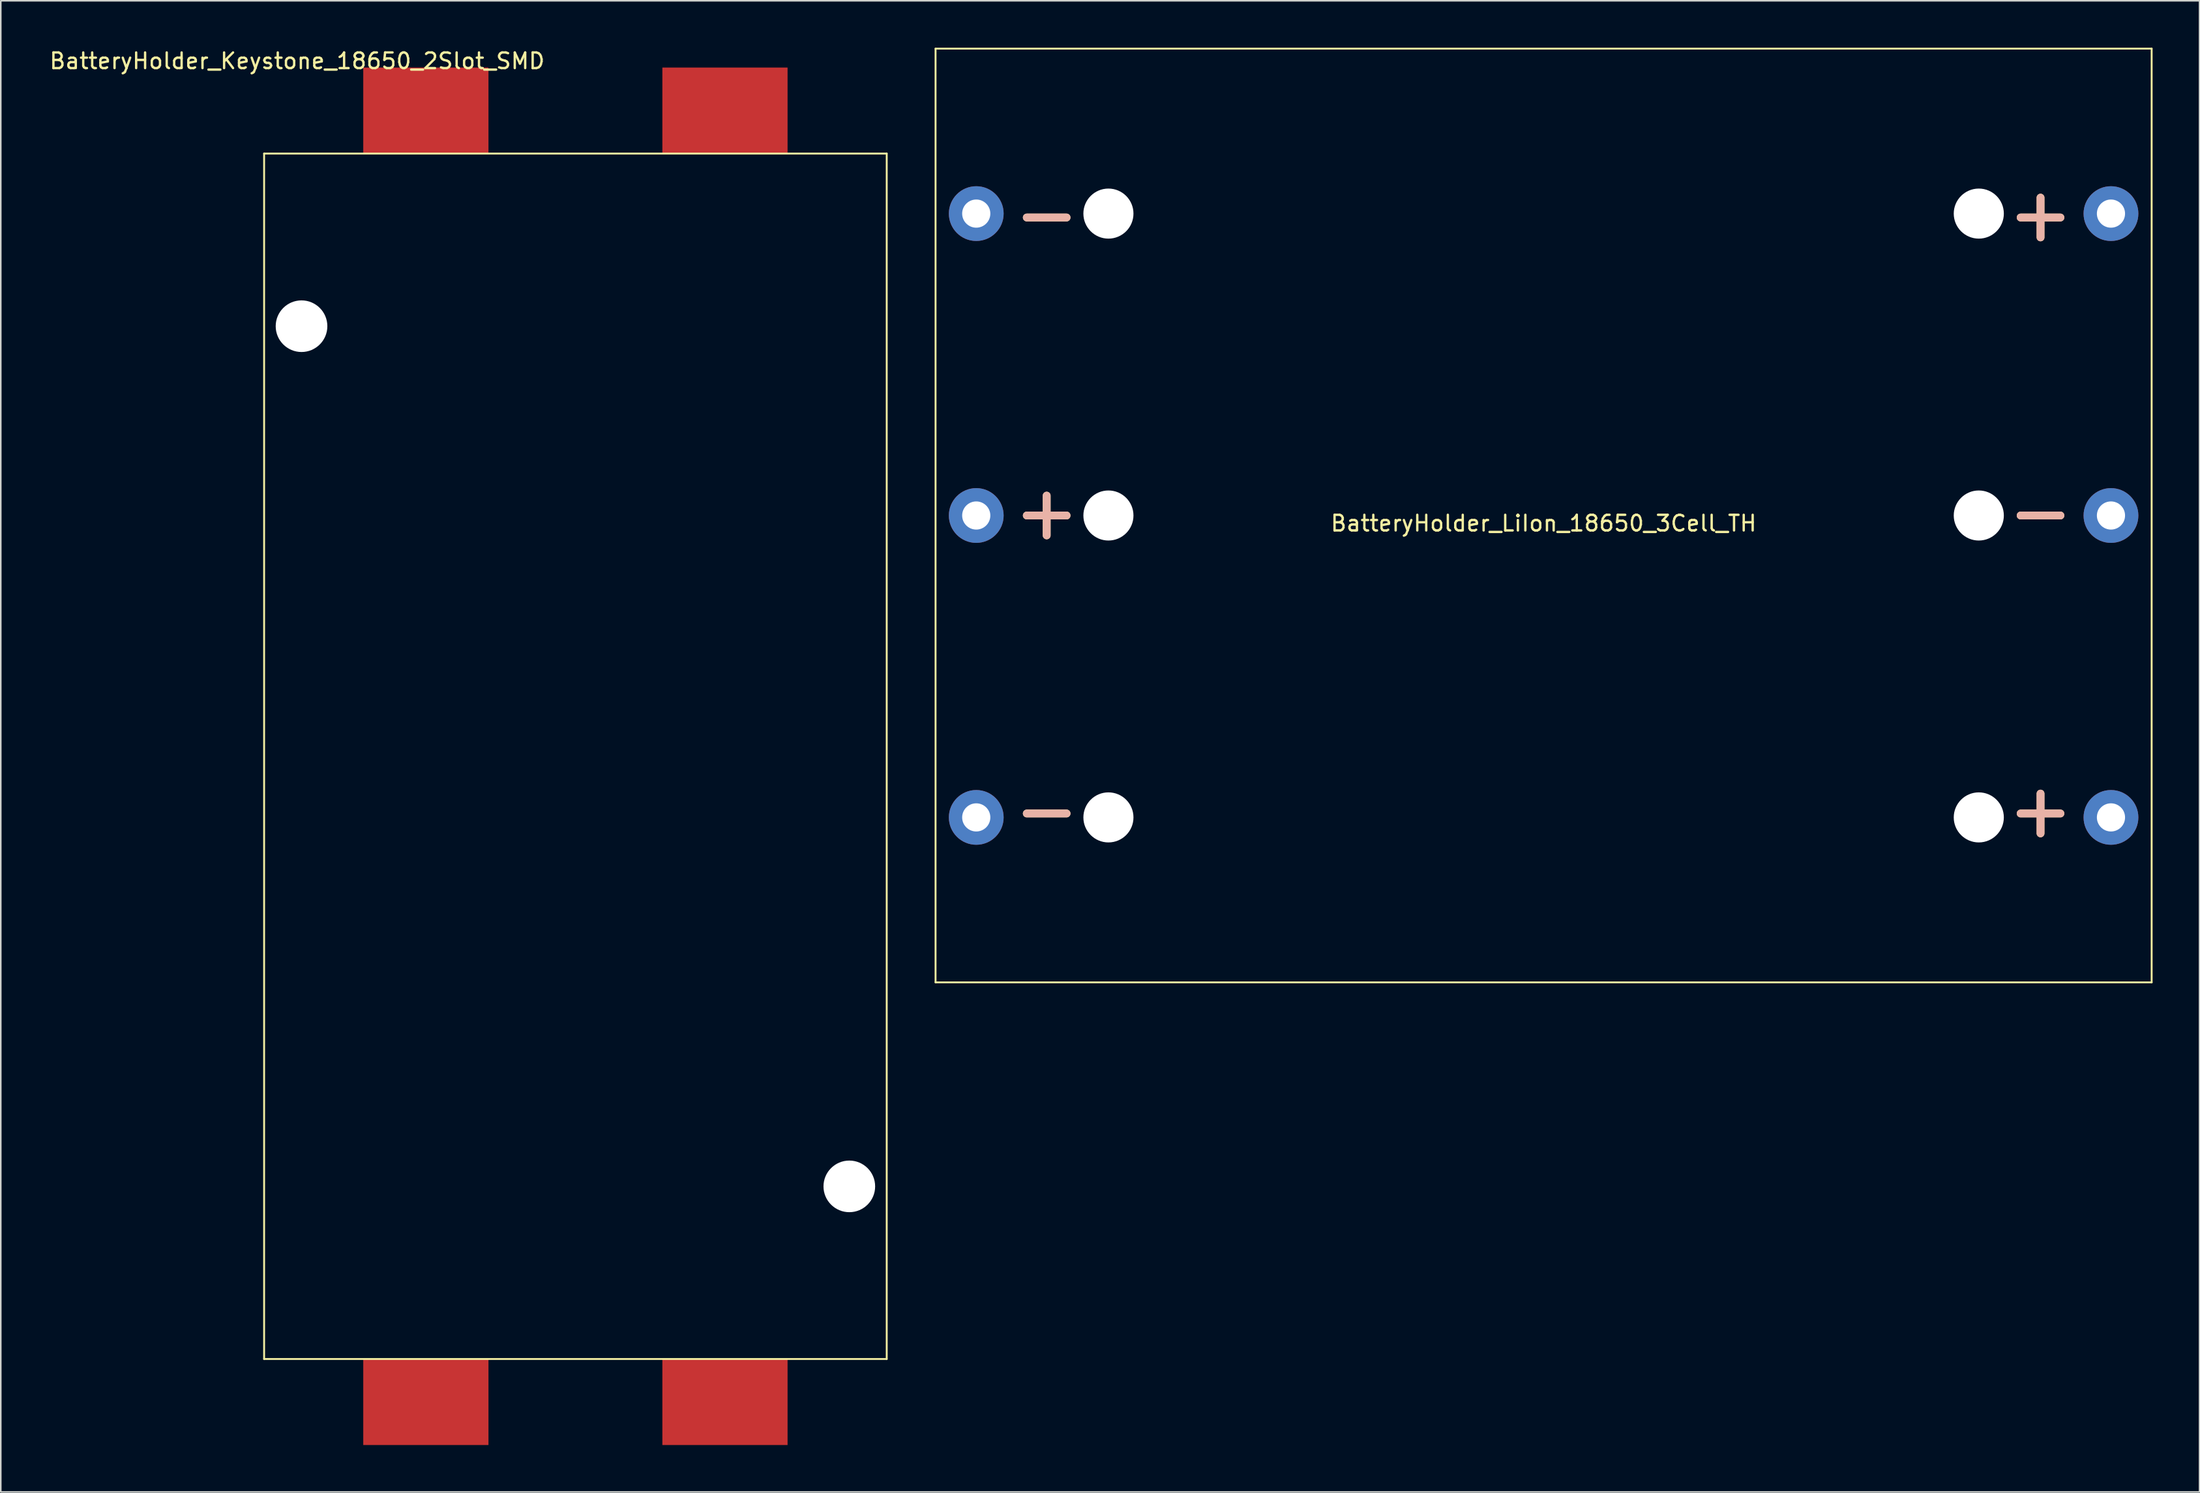
<source format=kicad_pcb>
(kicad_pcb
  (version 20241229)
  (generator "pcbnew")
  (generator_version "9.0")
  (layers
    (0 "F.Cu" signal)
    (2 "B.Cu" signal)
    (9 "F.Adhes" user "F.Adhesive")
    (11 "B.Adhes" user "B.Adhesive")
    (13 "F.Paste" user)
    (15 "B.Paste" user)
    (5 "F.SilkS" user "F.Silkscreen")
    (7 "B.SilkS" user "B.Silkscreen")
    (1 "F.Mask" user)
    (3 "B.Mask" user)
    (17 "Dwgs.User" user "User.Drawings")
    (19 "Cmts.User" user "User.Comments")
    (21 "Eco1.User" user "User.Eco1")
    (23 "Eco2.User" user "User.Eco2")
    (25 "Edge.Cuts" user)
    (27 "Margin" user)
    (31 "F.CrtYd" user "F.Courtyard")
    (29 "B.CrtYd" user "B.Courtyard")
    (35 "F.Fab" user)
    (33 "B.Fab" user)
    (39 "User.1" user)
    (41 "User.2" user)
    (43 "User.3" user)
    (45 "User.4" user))
  (footprint "BatteryHolder_Keystone_18650_2Slot_SMD"
    (layer "F.Cu")
    (at 33.715 45.298)
    (property "Reference" "BatteryHolder_Keystone_18650_2Slot_SMD" (at -17.78 -44.45 0) (layer "F.SilkS") (effects (font (size 1 1) (thickness 0.15))))
    (attr through_hole)
    (fp_line (start -19.89 -38.53) (end -19.89 38.53) (stroke (width 0.12) (type solid)) (layer "F.SilkS"))
    (fp_line (start -19.89 38.53) (end 19.89 38.53) (stroke (width 0.12) (type solid)) (layer "F.SilkS"))
    (fp_line (start 19.89 -38.53) (end -19.89 -38.53) (stroke (width 0.12) (type solid)) (layer "F.SilkS"))
    (fp_line (start 19.89 38.53) (end 19.89 -38.53) (stroke (width 0.12) (type solid)) (layer "F.SilkS"))
    (pad "" np_thru_hole circle (at -17.5 -27.495) (size 3.3 3.3) (drill 3.3) (layers "*.Cu" "*.Mask"))
    (pad "" np_thru_hole circle (at 17.5 27.495) (size 3.3 3.3) (drill 3.3) (layers "*.Cu" "*.Mask"))
    (pad "A1" smd rect (at 9.555 -38.53) (size 8 5.5) (drill (offset 0 -2.75)) (layers "F.Cu" "F.Mask" "F.Paste"))
    (pad "A2" smd rect (at -9.555 38.53) (size 8 5.5) (drill (offset 0 2.75)) (layers "F.Cu" "F.Mask" "F.Paste"))
    (pad "B1" smd rect (at 9.555 38.53) (size 8 5.5) (drill (offset 0 2.75)) (layers "F.Cu" "F.Mask" "F.Paste"))
    (pad "B2" smd rect (at -9.555 -38.53) (size 8 5.5) (drill (offset 0 -2.75)) (layers "F.Cu" "F.Mask" "F.Paste")))
  (footprint "BatteryHolder_LiIon_18650_3Cell_TH"
    (layer "F.Cu")
    (at 95.575 29.905)
    (property "Reference" "BatteryHolder_LiIon_18650_3Cell_TH" (at 0 0.5 0) (layer "F.SilkS") (effects (font (size 1 1) (thickness 0.15))))
    (attr through_hole)
    (fp_line (start -38.85 -29.845) (end -38.85 29.845) (stroke (width 0.12) (type solid)) (layer "F.SilkS"))
    (fp_line (start -38.85 29.845) (end 38.85 29.845) (stroke (width 0.12) (type solid)) (layer "F.SilkS"))
    (fp_line (start -33.02 -19.05) (end -30.48 -19.05) (stroke (width 0.5) (type solid)) (layer "F.SilkS"))
    (fp_line (start -33.02 19.05) (end -30.48 19.05) (stroke (width 0.5) (type solid)) (layer "F.SilkS"))
    (fp_line (start -31.75 -1.27) (end -31.75 1.27) (stroke (width 0.5) (type solid)) (layer "F.SilkS"))
    (fp_line (start -30.48 0) (end -33.02 0) (stroke (width 0.5) (type solid)) (layer "F.SilkS"))
    (fp_line (start 30.48 -19.05) (end 33.02 -19.05) (stroke (width 0.5) (type solid)) (layer "F.SilkS"))
    (fp_line (start 30.48 19.05) (end 33.02 19.05) (stroke (width 0.5) (type solid)) (layer "F.SilkS"))
    (fp_line (start 31.75 -20.32) (end 31.75 -17.78) (stroke (width 0.5) (type solid)) (layer "F.SilkS"))
    (fp_line (start 31.75 17.78) (end 31.75 20.32) (stroke (width 0.5) (type solid)) (layer "F.SilkS"))
    (fp_line (start 33.02 0) (end 30.48 0) (stroke (width 0.5) (type solid)) (layer "F.SilkS"))
    (fp_line (start 38.85 -29.845) (end -38.85 -29.845) (stroke (width 0.12) (type solid)) (layer "F.SilkS"))
    (fp_line (start 38.85 29.845) (end 38.85 -29.845) (stroke (width 0.12) (type solid)) (layer "F.SilkS"))
    (fp_line (start -33.02 -19.05) (end -30.48 -19.05) (stroke (width 0.5) (type solid)) (layer "B.SilkS"))
    (fp_line (start -33.02 19.05) (end -30.48 19.05) (stroke (width 0.5) (type solid)) (layer "B.SilkS"))
    (fp_line (start -31.75 -1.27) (end -31.75 1.27) (stroke (width 0.5) (type solid)) (layer "B.SilkS"))
    (fp_line (start -30.48 0) (end -33.02 0) (stroke (width 0.5) (type solid)) (layer "B.SilkS"))
    (fp_line (start 30.48 -19.05) (end 33.02 -19.05) (stroke (width 0.5) (type solid)) (layer "B.SilkS"))
    (fp_line (start 30.48 19.05) (end 33.02 19.05) (stroke (width 0.5) (type solid)) (layer "B.SilkS"))
    (fp_line (start 31.75 -20.32) (end 31.75 -17.78) (stroke (width 0.5) (type solid)) (layer "B.SilkS"))
    (fp_line (start 31.75 17.78) (end 31.75 20.32) (stroke (width 0.5) (type solid)) (layer "B.SilkS"))
    (fp_line (start 33.02 0) (end 30.48 0) (stroke (width 0.5) (type solid)) (layer "B.SilkS"))
    (pad "" np_thru_hole circle (at -27.805 -19.3) (size 3.2 3.2) (drill 3.2) (layers "*.Cu" "*.Mask"))
    (pad "" np_thru_hole circle (at -27.805 0) (size 3.2 3.2) (drill 3.2) (layers "*.Cu" "*.Mask"))
    (pad "" np_thru_hole circle (at -27.805 19.3) (size 3.2 3.2) (drill 3.2) (layers "*.Cu" "*.Mask"))
    (pad "" np_thru_hole circle (at 27.805 -19.3) (size 3.2 3.2) (drill 3.2) (layers "*.Cu" "*.Mask"))
    (pad "" np_thru_hole circle (at 27.805 0) (size 3.2 3.2) (drill 3.2) (layers "*.Cu" "*.Mask"))
    (pad "" np_thru_hole circle (at 27.805 19.3) (size 3.2 3.2) (drill 3.2) (layers "*.Cu" "*.Mask"))
    (pad "A0" thru_hole circle (at -36.25 -19.3) (size 3.5 3.5) (drill 1.8) (layers "*.Cu" "*.Mask"))
    (pad "A1" thru_hole circle (at 36.25 19.3) (size 3.5 3.5) (drill 1.8) (layers "*.Cu" "*.Mask"))
    (pad "A2" thru_hole circle (at -36.25 0) (size 3.5 3.5) (drill 1.8) (layers "*.Cu" "*.Mask"))
    (pad "A2" thru_hole circle (at -36.25 19.3) (size 3.5 3.5) (drill 1.8) (layers "*.Cu" "*.Mask"))
    (pad "A3" thru_hole circle (at 36.25 -19.3) (size 3.5 3.5) (drill 1.8) (layers "*.Cu" "*.Mask"))
    (pad "A3" thru_hole circle (at 36.25 0) (size 3.5 3.5) (drill 1.8) (layers "*.Cu" "*.Mask")))
  (gr_rect
    (start -3 -3)
    (end 137.485 92.328)
    (stroke (width 0.1) (type default))
    (fill no)
    (layer "Edge.Cuts")))
</source>
